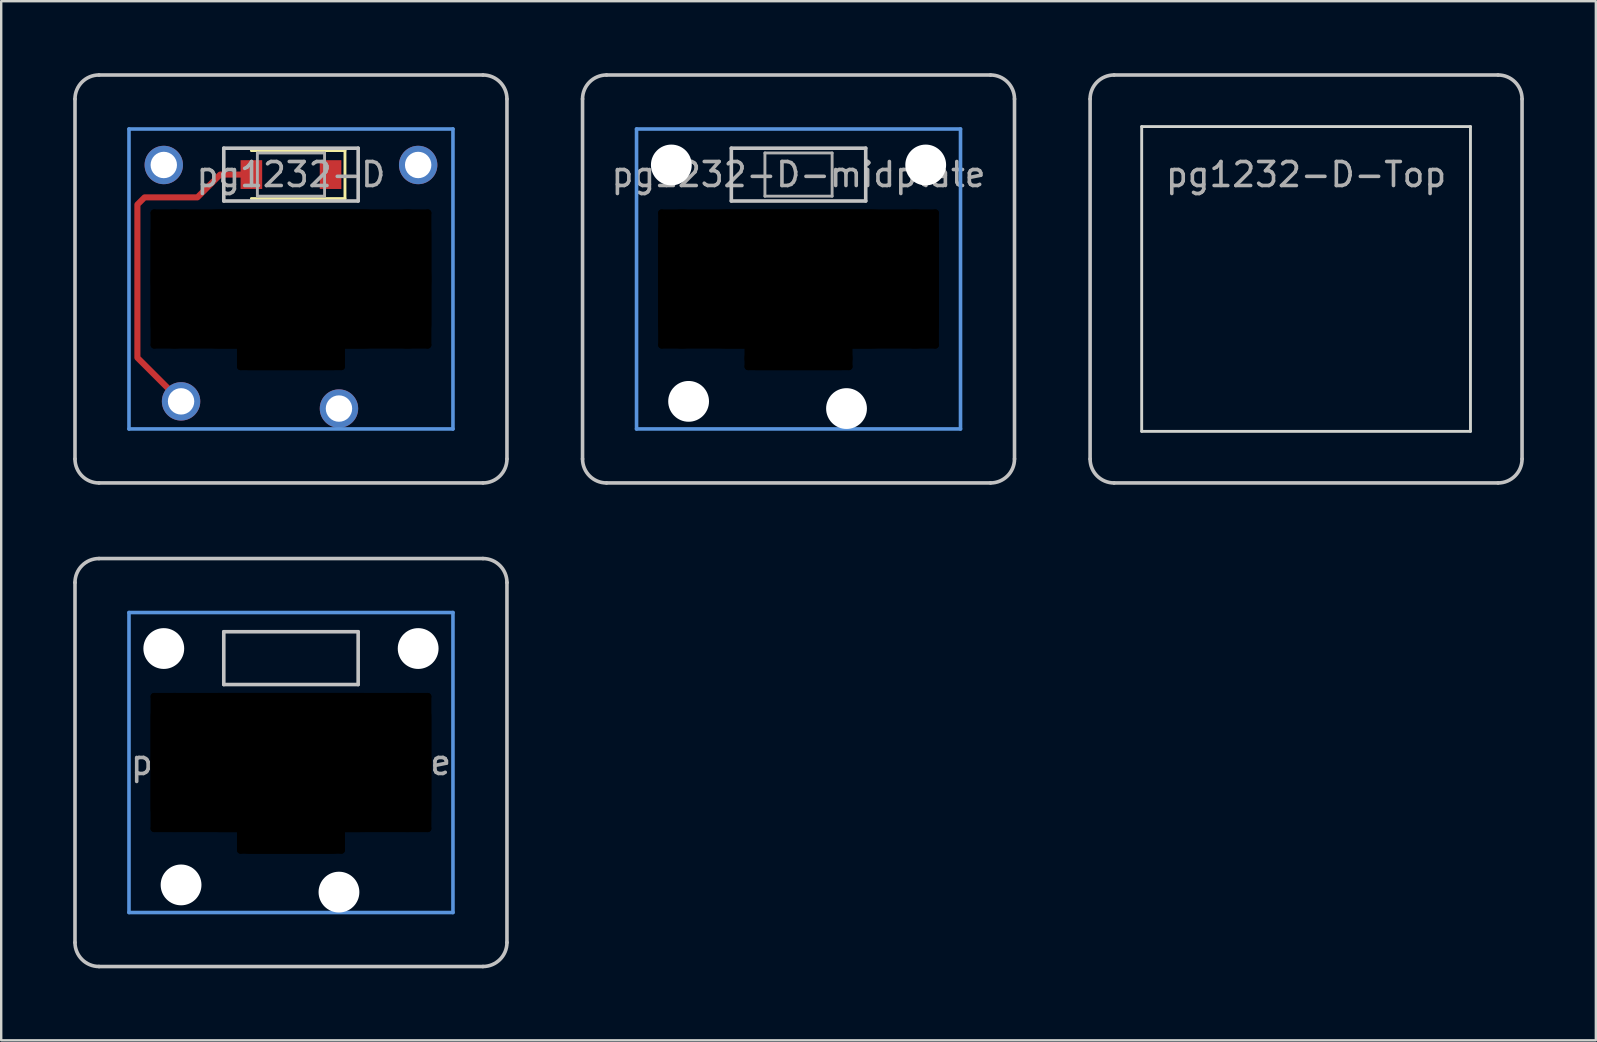
<source format=kicad_pcb>
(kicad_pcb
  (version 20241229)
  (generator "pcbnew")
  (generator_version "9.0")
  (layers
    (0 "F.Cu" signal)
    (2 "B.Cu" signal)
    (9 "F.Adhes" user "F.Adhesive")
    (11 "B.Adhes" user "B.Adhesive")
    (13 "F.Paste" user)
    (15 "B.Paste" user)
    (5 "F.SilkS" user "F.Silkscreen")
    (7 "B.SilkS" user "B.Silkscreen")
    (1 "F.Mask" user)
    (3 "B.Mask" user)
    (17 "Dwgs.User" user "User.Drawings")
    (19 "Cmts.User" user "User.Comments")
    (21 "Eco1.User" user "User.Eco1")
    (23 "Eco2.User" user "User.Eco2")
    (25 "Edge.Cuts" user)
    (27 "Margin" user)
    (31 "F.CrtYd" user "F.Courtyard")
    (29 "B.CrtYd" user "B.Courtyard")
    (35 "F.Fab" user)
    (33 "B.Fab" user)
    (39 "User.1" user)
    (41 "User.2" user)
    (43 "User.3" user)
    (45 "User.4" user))
  (footprint "pg1232-D-midplate"
    (layer "F.Cu")
    (at 30.225 4.225)
    (property "Reference" "pg1232-D-midplate" (at 0 0 0) (layer "F.Fab") (effects (font (size 1 1) (thickness 0.15))))
    (attr smd)
    (fp_line (start -9 11.85) (end -9 -3.15) (stroke (width 0.15) (type solid)) (layer "Dwgs.User"))
    (fp_line (start -8 -4.15) (end 8 -4.15) (stroke (width 0.15) (type solid)) (layer "Dwgs.User"))
    (fp_line (start -2.8 -1.1) (end -2.8 1.1) (stroke (width 0.15) (type solid)) (layer "Dwgs.User"))
    (fp_line (start -2.8 1.1) (end 2.8 1.1) (stroke (width 0.15) (type solid)) (layer "Dwgs.User"))
    (fp_line (start 2.8 -1.1) (end -2.8 -1.1) (stroke (width 0.15) (type solid)) (layer "Dwgs.User"))
    (fp_line (start 2.8 1.1) (end 2.8 -1.1) (stroke (width 0.15) (type solid)) (layer "Dwgs.User"))
    (fp_line (start 8 12.85) (end -8 12.85) (stroke (width 0.15) (type solid)) (layer "Dwgs.User"))
    (fp_line (start 9 -3.15) (end 9 11.85) (stroke (width 0.15) (type solid)) (layer "Dwgs.User"))
    (fp_arc (start -9 -3.15) (mid -8.707107 -3.857107) (end -8 -4.15) (stroke (width 0.15) (type solid)) (layer "Dwgs.User"))
    (fp_arc (start -8 12.85) (mid -8.707107 12.557107) (end -9 11.85) (stroke (width 0.15) (type solid)) (layer "Dwgs.User"))
    (fp_arc (start 8 -4.15) (mid 8.707107 -3.857107) (end 9 -3.15) (stroke (width 0.15) (type solid)) (layer "Dwgs.User"))
    (fp_arc (start 9 11.85) (mid 8.707107 12.557107) (end 8 12.85) (stroke (width 0.15) (type solid)) (layer "Dwgs.User"))
    (fp_line (start -6.75 -1.9) (end -6.75 10.6) (stroke (width 0.15) (type solid)) (layer "Cmts.User"))
    (fp_line (start -6.75 10.6) (end 6.75 10.6) (stroke (width 0.15) (type solid)) (layer "Cmts.User"))
    (fp_line (start 6.75 -1.9) (end -6.75 -1.9) (stroke (width 0.15) (type solid)) (layer "Cmts.User"))
    (fp_line (start 6.75 10.6) (end 6.75 -1.9) (stroke (width 0.15) (type solid)) (layer "Cmts.User"))
    (fp_line (start -6.85 -2) (end -6.85 10.7) (stroke (width 0.12) (type solid)) (layer "Eco1.User"))
    (fp_line (start -6.85 -2) (end 6.85 -2) (stroke (width 0.12) (type solid)) (layer "Eco1.User"))
    (fp_line (start -6.85 10.7) (end 6.85 10.7) (stroke (width 0.12) (type solid)) (layer "Eco1.User"))
    (fp_line (start 6.85 10.7) (end 6.85 -2) (stroke (width 0.12) (type solid)) (layer "Eco1.User"))
    (fp_line (start -5.9 1.4) (end -5.9 7.3) (stroke (width 0.12) (type solid)) (layer "Eco2.User"))
    (fp_line (start -5.9 7.3) (end -2.3 7.3) (stroke (width 0.12) (type solid)) (layer "Eco2.User"))
    (fp_line (start -2.3 7.3) (end -2.3 8.2) (stroke (width 0.12) (type solid)) (layer "Eco2.User"))
    (fp_line (start -2.3 8.2) (end 2.3 8.2) (stroke (width 0.12) (type solid)) (layer "Eco2.User"))
    (fp_line (start 2.3 7.3) (end 5.9 7.3) (stroke (width 0.12) (type solid)) (layer "Eco2.User"))
    (fp_line (start 2.3 8.2) (end 2.3 7.3) (stroke (width 0.12) (type solid)) (layer "Eco2.User"))
    (fp_line (start 5.9 1.4) (end -5.9 1.4) (stroke (width 0.12) (type solid)) (layer "Eco2.User"))
    (fp_line (start 5.9 7.3) (end 5.9 1.4) (stroke (width 0.12) (type solid)) (layer "Eco2.User"))
    (fp_circle (center -5.3 -0.4) (end -4.4 -0.4) (stroke (width 0.12) (type solid)) (fill no) (layer "Eco2.User"))
    (fp_circle (center -4.58 9.45) (end -3.68 9.45) (stroke (width 0.12) (type solid)) (fill no) (layer "Eco2.User"))
    (fp_circle (center 2 9.75) (end 2.9 9.75) (stroke (width 0.12) (type solid)) (fill no) (layer "Eco2.User"))
    (fp_circle (center 5.3 -0.4) (end 6.2 -0.4) (stroke (width 0.12) (type solid)) (fill no) (layer "Eco2.User"))
    (fp_line (start -1.4 -0.9) (end -1.4 0.9) (stroke (width 0.12) (type solid)) (layer "F.Fab"))
    (fp_line (start -1.4 0.9) (end 1.4 0.9) (stroke (width 0.12) (type solid)) (layer "F.Fab"))
    (fp_line (start 1.4 -0.9) (end -1.4 -0.9) (stroke (width 0.12) (type solid)) (layer "F.Fab"))
    (fp_line (start 1.4 0.9) (end 1.4 -0.9) (stroke (width 0.12) (type solid)) (layer "F.Fab"))
    (pad "" np_thru_hole oval (at -5.7 4.35 90) (size 5.8 0.3) (drill oval 5.8 0.3) (layers "*.Mask"))
    (pad "" np_thru_hole circle (at -5.3 -0.4) (size 1.7 1.7) (drill 1.7) (layers "*.Cu" "*.Mask"))
    (pad "" np_thru_hole oval (at -4.85 4.35) (size 2 5.8) (drill oval 2 5.8) (layers "*.Mask"))
    (pad "" np_thru_hole circle (at -4.58 9.45) (size 1.7 1.7) (drill 1.7) (layers "*.Cu" "*.Mask"))
    (pad "" np_thru_hole oval (at -2.1 7.6 90) (size 1.1 0.3) (drill oval 1.1 0.3) (layers "*.Mask"))
    (pad "" np_thru_hole oval (at 0 1.6) (size 11.7 0.3) (drill oval 11.7 0.3) (layers "*.Mask"))
    (pad "" np_thru_hole oval (at 0 4.35) (size 11.7 5.8) (drill oval 11.7 5.8) (layers "*.Mask"))
    (pad "" np_thru_hole oval (at 0 7.1) (size 11.7 0.3) (drill oval 11.7 0.3) (layers "*.Mask"))
    (pad "" np_thru_hole oval (at 0 7.65) (size 4.5 1) (drill oval 4.5 1) (layers "*.Mask"))
    (pad "" np_thru_hole oval (at 0 8) (size 4.5 0.3) (drill oval 4.5 0.3) (layers "*.Mask"))
    (pad "" np_thru_hole circle (at 2 9.75) (size 1.7 1.7) (drill 1.7) (layers "*.Cu" "*.Mask"))
    (pad "" np_thru_hole oval (at 2.1 7.6 90) (size 1.1 0.3) (drill oval 1.1 0.3) (layers "*.Mask"))
    (pad "" np_thru_hole oval (at 4.85 4.35) (size 2 5.8) (drill oval 2 5.8) (layers "*.Mask"))
    (pad "" np_thru_hole circle (at 5.3 -0.4) (size 1.7 1.7) (drill 1.7) (layers "*.Cu" "*.Mask"))
    (pad "" np_thru_hole oval (at 5.7 4.35 90) (size 5.8 0.3) (drill oval 5.8 0.3) (layers "*.Mask")))
  (footprint "pg1232-D-Top"
    (layer "F.Cu")
    (at 51.375 4.225)
    (property "Reference" "pg1232-D-Top" (at 0 0 0) (layer "F.Fab") (effects (font (size 1 1) (thickness 0.15))))
    (attr smd)
    (fp_line (start -9 11.85) (end -9 -3.15) (stroke (width 0.15) (type solid)) (layer "Dwgs.User"))
    (fp_line (start -8 -4.15) (end 8 -4.15) (stroke (width 0.15) (type solid)) (layer "Dwgs.User"))
    (fp_line (start 8 12.85) (end -8 12.85) (stroke (width 0.15) (type solid)) (layer "Dwgs.User"))
    (fp_line (start 9 -3.15) (end 9 11.85) (stroke (width 0.15) (type solid)) (layer "Dwgs.User"))
    (fp_arc (start -9 -3.15) (mid -8.707107 -3.857107) (end -8 -4.15) (stroke (width 0.15) (type solid)) (layer "Dwgs.User"))
    (fp_arc (start -8 12.85) (mid -8.707107 12.557107) (end -9 11.85) (stroke (width 0.15) (type solid)) (layer "Dwgs.User"))
    (fp_arc (start 8 -4.15) (mid 8.707107 -3.857107) (end 9 -3.15) (stroke (width 0.15) (type solid)) (layer "Dwgs.User"))
    (fp_arc (start 9 11.85) (mid 8.707107 12.557107) (end 8 12.85) (stroke (width 0.15) (type solid)) (layer "Dwgs.User"))
    (fp_line (start -6.85 -2) (end -6.85 10.7) (stroke (width 0.12) (type solid)) (layer "Edge.Cuts"))
    (fp_line (start -6.85 -2) (end 6.85 -2) (stroke (width 0.12) (type solid)) (layer "Edge.Cuts"))
    (fp_line (start -6.85 10.7) (end 6.85 10.7) (stroke (width 0.12) (type solid)) (layer "Edge.Cuts"))
    (fp_line (start 6.85 10.7) (end 6.85 -2) (stroke (width 0.12) (type solid)) (layer "Edge.Cuts")))
  (footprint "pg1232-midplate"
    (layer "F.Cu")
    (at 9.075 28.725)
    (property "Reference" "pg1232-midplate" (at 0 0 0) (layer "F.Fab") (effects (font (size 1 1) (thickness 0.15))))
    (attr through_hole)
    (fp_line (start -9 7.5) (end -9 -7.5) (stroke (width 0.15) (type solid)) (layer "Dwgs.User"))
    (fp_line (start -8 -8.5) (end 8 -8.5) (stroke (width 0.15) (type solid)) (layer "Dwgs.User"))
    (fp_line (start -2.8 -5.45) (end -2.8 -3.25) (stroke (width 0.15) (type solid)) (layer "Dwgs.User"))
    (fp_line (start -2.8 -3.25) (end 2.8 -3.25) (stroke (width 0.15) (type solid)) (layer "Dwgs.User"))
    (fp_line (start 2.8 -5.45) (end -2.8 -5.45) (stroke (width 0.15) (type solid)) (layer "Dwgs.User"))
    (fp_line (start 2.8 -3.25) (end 2.8 -5.45) (stroke (width 0.15) (type solid)) (layer "Dwgs.User"))
    (fp_line (start 8 8.5) (end -8 8.5) (stroke (width 0.15) (type solid)) (layer "Dwgs.User"))
    (fp_line (start 9 -7.5) (end 9 7.5) (stroke (width 0.15) (type solid)) (layer "Dwgs.User"))
    (fp_arc (start -9 -7.5) (mid -8.707107 -8.207107) (end -8 -8.5) (stroke (width 0.15) (type solid)) (layer "Dwgs.User"))
    (fp_arc (start -8 8.5) (mid -8.707107 8.207107) (end -9 7.5) (stroke (width 0.15) (type solid)) (layer "Dwgs.User"))
    (fp_arc (start 8 -8.5) (mid 8.707107 -8.207107) (end 9 -7.5) (stroke (width 0.15) (type solid)) (layer "Dwgs.User"))
    (fp_arc (start 9 7.5) (mid 8.707107 8.207107) (end 8 8.5) (stroke (width 0.15) (type solid)) (layer "Dwgs.User"))
    (fp_line (start -6.75 -6.25) (end -6.75 6.25) (stroke (width 0.15) (type solid)) (layer "Cmts.User"))
    (fp_line (start -6.75 6.25) (end 6.75 6.25) (stroke (width 0.15) (type solid)) (layer "Cmts.User"))
    (fp_line (start 6.75 -6.25) (end -6.75 -6.25) (stroke (width 0.15) (type solid)) (layer "Cmts.User"))
    (fp_line (start 6.75 6.25) (end 6.75 -6.25) (stroke (width 0.15) (type solid)) (layer "Cmts.User"))
    (pad "" np_thru_hole oval (at -5.7 0 90) (size 5.8 0.3) (drill oval 5.8 0.3) (layers "*.Mask"))
    (pad "" np_thru_hole circle (at -5.3 -4.75) (size 1.7 1.7) (drill 1.7) (layers "*.Cu" "*.Mask"))
    (pad "" np_thru_hole oval (at -4.85 0) (size 2 5.8) (drill oval 2 5.8) (layers "*.Mask"))
    (pad "" np_thru_hole circle (at -4.58 5.1) (size 1.7 1.7) (drill 1.7) (layers "*.Cu" "*.Mask"))
    (pad "" np_thru_hole oval (at -2.1 3.25 90) (size 1.1 0.3) (drill oval 1.1 0.3) (layers "*.Mask"))
    (pad "" np_thru_hole oval (at 0 -2.75) (size 11.7 0.3) (drill oval 11.7 0.3) (layers "*.Mask"))
    (pad "" np_thru_hole oval (at 0 0) (size 11.7 5.8) (drill oval 11.7 5.8) (layers "*.Mask"))
    (pad "" np_thru_hole oval (at 0 2.75) (size 11.7 0.3) (drill oval 11.7 0.3) (layers "*.Mask"))
    (pad "" np_thru_hole oval (at 0 3.3) (size 4.5 1) (drill oval 4.5 1) (layers "*.Mask"))
    (pad "" np_thru_hole oval (at 0 3.65) (size 4.5 0.3) (drill oval 4.5 0.3) (layers "*.Mask"))
    (pad "" np_thru_hole circle (at 2 5.4) (size 1.7 1.7) (drill 1.7) (layers "*.Cu" "*.Mask"))
    (pad "" np_thru_hole oval (at 2.1 3.25 90) (size 1.1 0.3) (drill oval 1.1 0.3) (layers "*.Mask"))
    (pad "" np_thru_hole oval (at 4.85 0) (size 2 5.8) (drill oval 2 5.8) (layers "*.Mask"))
    (pad "" np_thru_hole circle (at 5.3 -4.75) (size 1.7 1.7) (drill 1.7) (layers "*.Cu" "*.Mask"))
    (pad "" np_thru_hole oval (at 5.7 0 90) (size 5.8 0.3) (drill oval 5.8 0.3) (layers "*.Mask")))
  (footprint "pg1232-D"
    (layer "F.Cu")
    (at 9.075 4.225)
    (property "Reference" "pg1232-D" (at 0 0 0) (layer "F.Fab") (effects (font (size 1 1) (thickness 0.15))))
    (attr smd)
    (fp_line (start 2.25 -1) (end -1.65 -1) (stroke (width 0.12) (type solid)) (layer "F.SilkS"))
    (fp_line (start 2.25 -1) (end 2.25 1) (stroke (width 0.12) (type solid)) (layer "F.SilkS"))
    (fp_line (start 2.25 1) (end -1.65 1) (stroke (width 0.12) (type solid)) (layer "F.SilkS"))
    (fp_line (start -9 11.85) (end -9 -3.15) (stroke (width 0.15) (type solid)) (layer "Dwgs.User"))
    (fp_line (start -8 -4.15) (end 8 -4.15) (stroke (width 0.15) (type solid)) (layer "Dwgs.User"))
    (fp_line (start -2.8 -1.1) (end -2.8 1.1) (stroke (width 0.15) (type solid)) (layer "Dwgs.User"))
    (fp_line (start -2.8 1.1) (end 2.8 1.1) (stroke (width 0.15) (type solid)) (layer "Dwgs.User"))
    (fp_line (start 2.8 -1.1) (end -2.8 -1.1) (stroke (width 0.15) (type solid)) (layer "Dwgs.User"))
    (fp_line (start 2.8 1.1) (end 2.8 -1.1) (stroke (width 0.15) (type solid)) (layer "Dwgs.User"))
    (fp_line (start 8 12.85) (end -8 12.85) (stroke (width 0.15) (type solid)) (layer "Dwgs.User"))
    (fp_line (start 9 -3.15) (end 9 11.85) (stroke (width 0.15) (type solid)) (layer "Dwgs.User"))
    (fp_arc (start -9 -3.15) (mid -8.707107 -3.857107) (end -8 -4.15) (stroke (width 0.15) (type solid)) (layer "Dwgs.User"))
    (fp_arc (start -8 12.85) (mid -8.707107 12.557107) (end -9 11.85) (stroke (width 0.15) (type solid)) (layer "Dwgs.User"))
    (fp_arc (start 8 -4.15) (mid 8.707107 -3.857107) (end 9 -3.15) (stroke (width 0.15) (type solid)) (layer "Dwgs.User"))
    (fp_arc (start 9 11.85) (mid 8.707107 12.557107) (end 8 12.85) (stroke (width 0.15) (type solid)) (layer "Dwgs.User"))
    (fp_line (start -6.75 -1.9) (end -6.75 10.6) (stroke (width 0.15) (type solid)) (layer "Cmts.User"))
    (fp_line (start -6.75 10.6) (end 6.75 10.6) (stroke (width 0.15) (type solid)) (layer "Cmts.User"))
    (fp_line (start 6.75 -1.9) (end -6.75 -1.9) (stroke (width 0.15) (type solid)) (layer "Cmts.User"))
    (fp_line (start 6.75 10.6) (end 6.75 -1.9) (stroke (width 0.15) (type solid)) (layer "Cmts.User"))
    (fp_line (start -6.85 -2) (end -6.85 10.7) (stroke (width 0.12) (type solid)) (layer "Eco1.User"))
    (fp_line (start -6.85 -2) (end 6.85 -2) (stroke (width 0.12) (type solid)) (layer "Eco1.User"))
    (fp_line (start -6.85 10.7) (end 6.85 10.7) (stroke (width 0.12) (type solid)) (layer "Eco1.User"))
    (fp_line (start 6.85 10.7) (end 6.85 -2) (stroke (width 0.12) (type solid)) (layer "Eco1.User"))
    (fp_line (start -5.9 1.4) (end -5.9 7.3) (stroke (width 0.12) (type solid)) (layer "Eco2.User"))
    (fp_line (start -5.9 7.3) (end -2.3 7.3) (stroke (width 0.12) (type solid)) (layer "Eco2.User"))
    (fp_line (start -2.3 7.3) (end -2.3 8.2) (stroke (width 0.12) (type solid)) (layer "Eco2.User"))
    (fp_line (start -2.3 8.2) (end 2.3 8.2) (stroke (width 0.12) (type solid)) (layer "Eco2.User"))
    (fp_line (start 2.3 7.3) (end 5.9 7.3) (stroke (width 0.12) (type solid)) (layer "Eco2.User"))
    (fp_line (start 2.3 8.2) (end 2.3 7.3) (stroke (width 0.12) (type solid)) (layer "Eco2.User"))
    (fp_line (start 5.9 1.4) (end -5.9 1.4) (stroke (width 0.12) (type solid)) (layer "Eco2.User"))
    (fp_line (start 5.9 7.3) (end 5.9 1.4) (stroke (width 0.12) (type solid)) (layer "Eco2.User"))
    (fp_circle (center -5.3 -0.4) (end -4.4 -0.4) (stroke (width 0.12) (type solid)) (fill no) (layer "Eco2.User"))
    (fp_circle (center -4.58 9.45) (end -3.68 9.45) (stroke (width 0.12) (type solid)) (fill no) (layer "Eco2.User"))
    (fp_circle (center 2 9.75) (end 2.9 9.75) (stroke (width 0.12) (type solid)) (fill no) (layer "Eco2.User"))
    (fp_circle (center 5.3 -0.4) (end 6.2 -0.4) (stroke (width 0.12) (type solid)) (fill no) (layer "Eco2.User"))
    (fp_line (start -1.4 -0.9) (end -1.4 0.9) (stroke (width 0.12) (type solid)) (layer "F.Fab"))
    (fp_line (start -1.4 0.9) (end 1.4 0.9) (stroke (width 0.12) (type solid)) (layer "F.Fab"))
    (fp_line (start 1.4 -0.9) (end -1.4 -0.9) (stroke (width 0.12) (type solid)) (layer "F.Fab"))
    (fp_line (start 1.4 0.9) (end 1.4 -0.9) (stroke (width 0.12) (type solid)) (layer "F.Fab"))
    (pad "" np_thru_hole oval (at -5.7 4.35 90) (size 5.8 0.3) (drill oval 5.8 0.3) (layers "*.Mask"))
    (pad "" np_thru_hole oval (at -4.85 4.35) (size 2 5.8) (drill oval 2 5.8) (layers "*.Mask"))
    (pad "" np_thru_hole oval (at -2.1 7.6 90) (size 1.1 0.3) (drill oval 1.1 0.3) (layers "*.Mask"))
    (pad "" np_thru_hole oval (at 0 1.6) (size 11.7 0.3) (drill oval 11.7 0.3) (layers "*.Mask"))
    (pad "" np_thru_hole oval (at 0 4.35) (size 11.7 5.8) (drill oval 11.7 5.8) (layers "*.Mask"))
    (pad "" np_thru_hole oval (at 0 7.1) (size 11.7 0.3) (drill oval 11.7 0.3) (layers "*.Mask"))
    (pad "" np_thru_hole oval (at 0 7.65) (size 4.5 1) (drill oval 4.5 1) (layers "*.Mask"))
    (pad "" np_thru_hole oval (at 0 8) (size 4.5 0.3) (drill oval 4.5 0.3) (layers "*.Mask"))
    (pad "" np_thru_hole oval (at 2.1 7.6 90) (size 1.1 0.3) (drill oval 1.1 0.3) (layers "*.Mask"))
    (pad "" np_thru_hole oval (at 4.85 4.35) (size 2 5.8) (drill oval 2 5.8) (layers "*.Mask"))
    (pad "" np_thru_hole oval (at 5.7 4.35 90) (size 5.8 0.3) (drill oval 5.8 0.3) (layers "*.Mask"))
    (pad "1" thru_hole circle (at 2 9.75) (size 1.6 1.6) (drill 1.1) (layers "*.Cu" "B.Mask"))
    (pad "2" smd rect (at 1.65 0) (size 0.9 1.2) (layers "F.Cu" "F.Mask" "F.Paste"))
    (pad "3" thru_hole circle (at -4.58 9.45) (size 1.6 1.6) (drill 1.1) (layers "*.Cu" "B.Mask"))
    (pad "3" smd custom (at -1.65 0) (size 0.254 0.254) (layers "F.Cu") (options (anchor circle)) (primitives (gr_line (start -4.75 7.63) (end -2.93 9.45) (width 0.254)) (gr_line (start 0 0) (end -1.3 0) (width 0.254)) (gr_line (start -1.3 0) (end -2.25 0.95) (width 0.254)) (gr_line (start -4.75 1.25) (end -4.75 7.63) (width 0.254)) (gr_line (start -2.25 0.95) (end -4.45 0.95) (width 0.254)) (gr_line (start -4.45 0.95) (end -4.75 1.25) (width 0.254))))
    (pad "3" smd rect (at -1.65 0) (size 0.9 1.2) (layers "F.Cu" "F.Mask" "F.Paste"))
    (pad "4" thru_hole circle (at -5.3 -0.4) (size 1.6 1.6) (drill 1.1) (layers "*.Cu" "B.Mask"))
    (pad "5" thru_hole circle (at 5.3 -0.4) (size 1.6 1.6) (drill 1.1) (layers "*.Cu" "B.Mask")))
  (gr_rect
    (start -3 -3)
    (end 63.45 40.3)
    (stroke (width 0.1) (type default))
    (fill no)
    (layer "Edge.Cuts")))
</source>
